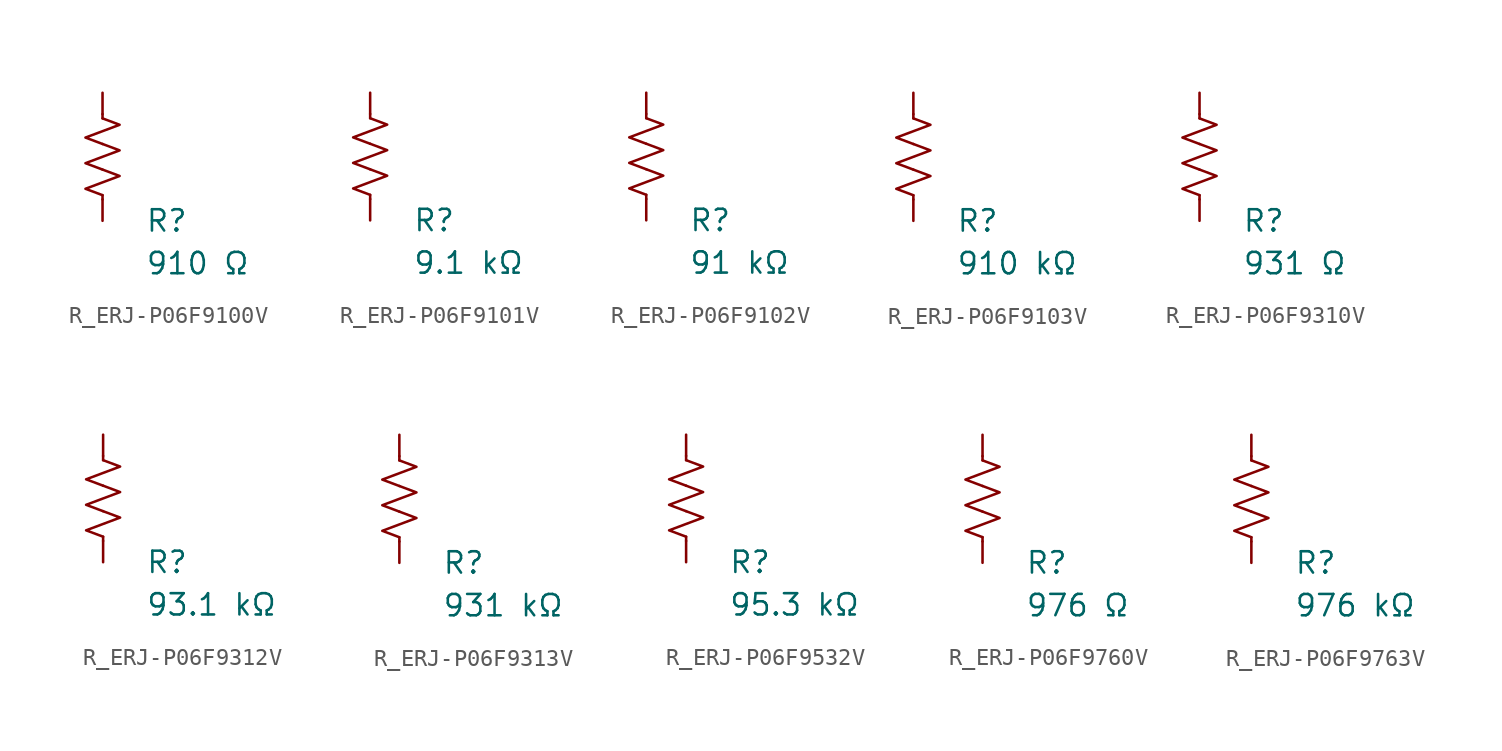
<source format=kicad_sym>
(kicad_symbol_lib
  (version 20231120)
  (generator "kicad_symbol_editor")
  (generator_version "8.0")
  (symbol "R_ERJ-P06F9100V"
    (pin_numbers hide)
    (pin_names
      (offset 0))
    (property "Reference" "R"
      (at 2.54 -3.81 0)
      (effects (font (size 1.27 1.27)) (justify left))
      (show_name no))
    (property "Value" "910 Ω"
      (at 2.54 -6.35 0)
      (effects (font (size 1.27 1.27)) (justify left))
      (show_name no))
    (symbol "R_ERJ-P06F9100V_0_1"
      (polyline (pts (xy 0 -2.286) (xy 0 -2.54)) (stroke (width 0) (type default)) (fill (type none)))
      (polyline (pts (xy 0 2.286) (xy 0 2.54)) (stroke (width 0) (type default)) (fill (type none)))
      (polyline (pts (xy 0 -0.762) (xy 1.016 -1.143) (xy 0 -1.524) (xy -1.016 -1.905) (xy 0 -2.286)) (stroke (width 0) (type default)) (fill (type none)))
      (polyline (pts (xy 0 0.762) (xy 1.016 0.381) (xy 0 0) (xy -1.016 -0.381) (xy 0 -0.762)) (stroke (width 0) (type default)) (fill (type none)))
      (polyline (pts (xy 0 2.286) (xy 1.016 1.905) (xy 0 1.524) (xy -1.016 1.143) (xy 0 0.762)) (stroke (width 0) (type default)) (fill (type none))))
    (symbol "R_ERJ-P06F9100V_1_1"
      (pin passive line (at 0 3.81 270) (length 1.27) (name "~" (effects (font (size 1.27 1.27)))) (number "1" (effects (font (size 1.27 1.27)))))
      (pin passive line (at 0 -3.81 90) (length 1.27) (name "~" (effects (font (size 1.27 1.27)))) (number "2" (effects (font (size 1.27 1.27)))))))
  (symbol "R_ERJ-P06F9101V"
    (pin_numbers hide)
    (pin_names
      (offset 0))
    (property "Reference" "R"
      (at 2.54 -3.81 0)
      (effects (font (size 1.27 1.27)) (justify left))
      (show_name no))
    (property "Value" "9.1 kΩ"
      (at 2.54 -6.35 0)
      (effects (font (size 1.27 1.27)) (justify left))
      (show_name no))
    (symbol "R_ERJ-P06F9101V_0_1"
      (polyline (pts (xy 0 -2.286) (xy 0 -2.54)) (stroke (width 0) (type default)) (fill (type none)))
      (polyline (pts (xy 0 2.286) (xy 0 2.54)) (stroke (width 0) (type default)) (fill (type none)))
      (polyline (pts (xy 0 -0.762) (xy 1.016 -1.143) (xy 0 -1.524) (xy -1.016 -1.905) (xy 0 -2.286)) (stroke (width 0) (type default)) (fill (type none)))
      (polyline (pts (xy 0 0.762) (xy 1.016 0.381) (xy 0 0) (xy -1.016 -0.381) (xy 0 -0.762)) (stroke (width 0) (type default)) (fill (type none)))
      (polyline (pts (xy 0 2.286) (xy 1.016 1.905) (xy 0 1.524) (xy -1.016 1.143) (xy 0 0.762)) (stroke (width 0) (type default)) (fill (type none))))
    (symbol "R_ERJ-P06F9101V_1_1"
      (pin passive line (at 0 3.81 270) (length 1.27) (name "~" (effects (font (size 1.27 1.27)))) (number "1" (effects (font (size 1.27 1.27)))))
      (pin passive line (at 0 -3.81 90) (length 1.27) (name "~" (effects (font (size 1.27 1.27)))) (number "2" (effects (font (size 1.27 1.27)))))))
  (symbol "R_ERJ-P06F9102V"
    (pin_numbers hide)
    (pin_names
      (offset 0))
    (property "Reference" "R"
      (at 2.54 -3.81 0)
      (effects (font (size 1.27 1.27)) (justify left))
      (show_name no))
    (property "Value" "91 kΩ"
      (at 2.54 -6.35 0)
      (effects (font (size 1.27 1.27)) (justify left))
      (show_name no))
    (symbol "R_ERJ-P06F9102V_0_1"
      (polyline (pts (xy 0 -2.286) (xy 0 -2.54)) (stroke (width 0) (type default)) (fill (type none)))
      (polyline (pts (xy 0 2.286) (xy 0 2.54)) (stroke (width 0) (type default)) (fill (type none)))
      (polyline (pts (xy 0 -0.762) (xy 1.016 -1.143) (xy 0 -1.524) (xy -1.016 -1.905) (xy 0 -2.286)) (stroke (width 0) (type default)) (fill (type none)))
      (polyline (pts (xy 0 0.762) (xy 1.016 0.381) (xy 0 0) (xy -1.016 -0.381) (xy 0 -0.762)) (stroke (width 0) (type default)) (fill (type none)))
      (polyline (pts (xy 0 2.286) (xy 1.016 1.905) (xy 0 1.524) (xy -1.016 1.143) (xy 0 0.762)) (stroke (width 0) (type default)) (fill (type none))))
    (symbol "R_ERJ-P06F9102V_1_1"
      (pin passive line (at 0 3.81 270) (length 1.27) (name "~" (effects (font (size 1.27 1.27)))) (number "1" (effects (font (size 1.27 1.27)))))
      (pin passive line (at 0 -3.81 90) (length 1.27) (name "~" (effects (font (size 1.27 1.27)))) (number "2" (effects (font (size 1.27 1.27)))))))
  (symbol "R_ERJ-P06F9103V"
    (pin_numbers hide)
    (pin_names
      (offset 0))
    (property "Reference" "R"
      (at 2.54 -3.81 0)
      (effects (font (size 1.27 1.27)) (justify left))
      (show_name no))
    (property "Value" "910 kΩ"
      (at 2.54 -6.35 0)
      (effects (font (size 1.27 1.27)) (justify left))
      (show_name no))
    (symbol "R_ERJ-P06F9103V_0_1"
      (polyline (pts (xy 0 -2.286) (xy 0 -2.54)) (stroke (width 0) (type default)) (fill (type none)))
      (polyline (pts (xy 0 2.286) (xy 0 2.54)) (stroke (width 0) (type default)) (fill (type none)))
      (polyline (pts (xy 0 -0.762) (xy 1.016 -1.143) (xy 0 -1.524) (xy -1.016 -1.905) (xy 0 -2.286)) (stroke (width 0) (type default)) (fill (type none)))
      (polyline (pts (xy 0 0.762) (xy 1.016 0.381) (xy 0 0) (xy -1.016 -0.381) (xy 0 -0.762)) (stroke (width 0) (type default)) (fill (type none)))
      (polyline (pts (xy 0 2.286) (xy 1.016 1.905) (xy 0 1.524) (xy -1.016 1.143) (xy 0 0.762)) (stroke (width 0) (type default)) (fill (type none))))
    (symbol "R_ERJ-P06F9103V_1_1"
      (pin passive line (at 0 3.81 270) (length 1.27) (name "~" (effects (font (size 1.27 1.27)))) (number "1" (effects (font (size 1.27 1.27)))))
      (pin passive line (at 0 -3.81 90) (length 1.27) (name "~" (effects (font (size 1.27 1.27)))) (number "2" (effects (font (size 1.27 1.27)))))))
  (symbol "R_ERJ-P06F9310V"
    (pin_numbers hide)
    (pin_names
      (offset 0))
    (property "Reference" "R"
      (at 2.54 -3.81 0)
      (effects (font (size 1.27 1.27)) (justify left))
      (show_name no))
    (property "Value" "931 Ω"
      (at 2.54 -6.35 0)
      (effects (font (size 1.27 1.27)) (justify left))
      (show_name no))
    (symbol "R_ERJ-P06F9310V_0_1"
      (polyline (pts (xy 0 -2.286) (xy 0 -2.54)) (stroke (width 0) (type default)) (fill (type none)))
      (polyline (pts (xy 0 2.286) (xy 0 2.54)) (stroke (width 0) (type default)) (fill (type none)))
      (polyline (pts (xy 0 -0.762) (xy 1.016 -1.143) (xy 0 -1.524) (xy -1.016 -1.905) (xy 0 -2.286)) (stroke (width 0) (type default)) (fill (type none)))
      (polyline (pts (xy 0 0.762) (xy 1.016 0.381) (xy 0 0) (xy -1.016 -0.381) (xy 0 -0.762)) (stroke (width 0) (type default)) (fill (type none)))
      (polyline (pts (xy 0 2.286) (xy 1.016 1.905) (xy 0 1.524) (xy -1.016 1.143) (xy 0 0.762)) (stroke (width 0) (type default)) (fill (type none))))
    (symbol "R_ERJ-P06F9310V_1_1"
      (pin passive line (at 0 3.81 270) (length 1.27) (name "~" (effects (font (size 1.27 1.27)))) (number "1" (effects (font (size 1.27 1.27)))))
      (pin passive line (at 0 -3.81 90) (length 1.27) (name "~" (effects (font (size 1.27 1.27)))) (number "2" (effects (font (size 1.27 1.27)))))))
  (symbol "R_ERJ-P06F9312V"
    (pin_numbers hide)
    (pin_names
      (offset 0))
    (property "Reference" "R"
      (at 2.54 -3.81 0)
      (effects (font (size 1.27 1.27)) (justify left))
      (show_name no))
    (property "Value" "93.1 kΩ"
      (at 2.54 -6.35 0)
      (effects (font (size 1.27 1.27)) (justify left))
      (show_name no))
    (symbol "R_ERJ-P06F9312V_0_1"
      (polyline (pts (xy 0 -2.286) (xy 0 -2.54)) (stroke (width 0) (type default)) (fill (type none)))
      (polyline (pts (xy 0 2.286) (xy 0 2.54)) (stroke (width 0) (type default)) (fill (type none)))
      (polyline (pts (xy 0 -0.762) (xy 1.016 -1.143) (xy 0 -1.524) (xy -1.016 -1.905) (xy 0 -2.286)) (stroke (width 0) (type default)) (fill (type none)))
      (polyline (pts (xy 0 0.762) (xy 1.016 0.381) (xy 0 0) (xy -1.016 -0.381) (xy 0 -0.762)) (stroke (width 0) (type default)) (fill (type none)))
      (polyline (pts (xy 0 2.286) (xy 1.016 1.905) (xy 0 1.524) (xy -1.016 1.143) (xy 0 0.762)) (stroke (width 0) (type default)) (fill (type none))))
    (symbol "R_ERJ-P06F9312V_1_1"
      (pin passive line (at 0 3.81 270) (length 1.27) (name "~" (effects (font (size 1.27 1.27)))) (number "1" (effects (font (size 1.27 1.27)))))
      (pin passive line (at 0 -3.81 90) (length 1.27) (name "~" (effects (font (size 1.27 1.27)))) (number "2" (effects (font (size 1.27 1.27)))))))
  (symbol "R_ERJ-P06F9313V"
    (pin_numbers hide)
    (pin_names
      (offset 0))
    (property "Reference" "R"
      (at 2.54 -3.81 0)
      (effects (font (size 1.27 1.27)) (justify left))
      (show_name no))
    (property "Value" "931 kΩ"
      (at 2.54 -6.35 0)
      (effects (font (size 1.27 1.27)) (justify left))
      (show_name no))
    (symbol "R_ERJ-P06F9313V_0_1"
      (polyline (pts (xy 0 -2.286) (xy 0 -2.54)) (stroke (width 0) (type default)) (fill (type none)))
      (polyline (pts (xy 0 2.286) (xy 0 2.54)) (stroke (width 0) (type default)) (fill (type none)))
      (polyline (pts (xy 0 -0.762) (xy 1.016 -1.143) (xy 0 -1.524) (xy -1.016 -1.905) (xy 0 -2.286)) (stroke (width 0) (type default)) (fill (type none)))
      (polyline (pts (xy 0 0.762) (xy 1.016 0.381) (xy 0 0) (xy -1.016 -0.381) (xy 0 -0.762)) (stroke (width 0) (type default)) (fill (type none)))
      (polyline (pts (xy 0 2.286) (xy 1.016 1.905) (xy 0 1.524) (xy -1.016 1.143) (xy 0 0.762)) (stroke (width 0) (type default)) (fill (type none))))
    (symbol "R_ERJ-P06F9313V_1_1"
      (pin passive line (at 0 3.81 270) (length 1.27) (name "~" (effects (font (size 1.27 1.27)))) (number "1" (effects (font (size 1.27 1.27)))))
      (pin passive line (at 0 -3.81 90) (length 1.27) (name "~" (effects (font (size 1.27 1.27)))) (number "2" (effects (font (size 1.27 1.27)))))))
  (symbol "R_ERJ-P06F9532V"
    (pin_numbers hide)
    (pin_names
      (offset 0))
    (property "Reference" "R"
      (at 2.54 -3.81 0)
      (effects (font (size 1.27 1.27)) (justify left))
      (show_name no))
    (property "Value" "95.3 kΩ"
      (at 2.54 -6.35 0)
      (effects (font (size 1.27 1.27)) (justify left))
      (show_name no))
    (symbol "R_ERJ-P06F9532V_0_1"
      (polyline (pts (xy 0 -2.286) (xy 0 -2.54)) (stroke (width 0) (type default)) (fill (type none)))
      (polyline (pts (xy 0 2.286) (xy 0 2.54)) (stroke (width 0) (type default)) (fill (type none)))
      (polyline (pts (xy 0 -0.762) (xy 1.016 -1.143) (xy 0 -1.524) (xy -1.016 -1.905) (xy 0 -2.286)) (stroke (width 0) (type default)) (fill (type none)))
      (polyline (pts (xy 0 0.762) (xy 1.016 0.381) (xy 0 0) (xy -1.016 -0.381) (xy 0 -0.762)) (stroke (width 0) (type default)) (fill (type none)))
      (polyline (pts (xy 0 2.286) (xy 1.016 1.905) (xy 0 1.524) (xy -1.016 1.143) (xy 0 0.762)) (stroke (width 0) (type default)) (fill (type none))))
    (symbol "R_ERJ-P06F9532V_1_1"
      (pin passive line (at 0 3.81 270) (length 1.27) (name "~" (effects (font (size 1.27 1.27)))) (number "1" (effects (font (size 1.27 1.27)))))
      (pin passive line (at 0 -3.81 90) (length 1.27) (name "~" (effects (font (size 1.27 1.27)))) (number "2" (effects (font (size 1.27 1.27)))))))
  (symbol "R_ERJ-P06F9760V"
    (pin_numbers hide)
    (pin_names
      (offset 0))
    (property "Reference" "R"
      (at 2.54 -3.81 0)
      (effects (font (size 1.27 1.27)) (justify left))
      (show_name no))
    (property "Value" "976 Ω"
      (at 2.54 -6.35 0)
      (effects (font (size 1.27 1.27)) (justify left))
      (show_name no))
    (symbol "R_ERJ-P06F9760V_0_1"
      (polyline (pts (xy 0 -2.286) (xy 0 -2.54)) (stroke (width 0) (type default)) (fill (type none)))
      (polyline (pts (xy 0 2.286) (xy 0 2.54)) (stroke (width 0) (type default)) (fill (type none)))
      (polyline (pts (xy 0 -0.762) (xy 1.016 -1.143) (xy 0 -1.524) (xy -1.016 -1.905) (xy 0 -2.286)) (stroke (width 0) (type default)) (fill (type none)))
      (polyline (pts (xy 0 0.762) (xy 1.016 0.381) (xy 0 0) (xy -1.016 -0.381) (xy 0 -0.762)) (stroke (width 0) (type default)) (fill (type none)))
      (polyline (pts (xy 0 2.286) (xy 1.016 1.905) (xy 0 1.524) (xy -1.016 1.143) (xy 0 0.762)) (stroke (width 0) (type default)) (fill (type none))))
    (symbol "R_ERJ-P06F9760V_1_1"
      (pin passive line (at 0 3.81 270) (length 1.27) (name "~" (effects (font (size 1.27 1.27)))) (number "1" (effects (font (size 1.27 1.27)))))
      (pin passive line (at 0 -3.81 90) (length 1.27) (name "~" (effects (font (size 1.27 1.27)))) (number "2" (effects (font (size 1.27 1.27)))))))
  (symbol "R_ERJ-P06F9763V"
    (pin_numbers hide)
    (pin_names
      (offset 0))
    (property "Reference" "R"
      (at 2.54 -3.81 0)
      (effects (font (size 1.27 1.27)) (justify left))
      (show_name no))
    (property "Value" "976 kΩ"
      (at 2.54 -6.35 0)
      (effects (font (size 1.27 1.27)) (justify left))
      (show_name no))
    (symbol "R_ERJ-P06F9763V_0_1"
      (polyline (pts (xy 0 -2.286) (xy 0 -2.54)) (stroke (width 0) (type default)) (fill (type none)))
      (polyline (pts (xy 0 2.286) (xy 0 2.54)) (stroke (width 0) (type default)) (fill (type none)))
      (polyline (pts (xy 0 -0.762) (xy 1.016 -1.143) (xy 0 -1.524) (xy -1.016 -1.905) (xy 0 -2.286)) (stroke (width 0) (type default)) (fill (type none)))
      (polyline (pts (xy 0 0.762) (xy 1.016 0.381) (xy 0 0) (xy -1.016 -0.381) (xy 0 -0.762)) (stroke (width 0) (type default)) (fill (type none)))
      (polyline (pts (xy 0 2.286) (xy 1.016 1.905) (xy 0 1.524) (xy -1.016 1.143) (xy 0 0.762)) (stroke (width 0) (type default)) (fill (type none))))
    (symbol "R_ERJ-P06F9763V_1_1"
      (pin passive line (at 0 3.81 270) (length 1.27) (name "~" (effects (font (size 1.27 1.27)))) (number "1" (effects (font (size 1.27 1.27)))))
      (pin passive line (at 0 -3.81 90) (length 1.27) (name "~" (effects (font (size 1.27 1.27)))) (number "2" (effects (font (size 1.27 1.27))))))))
</source>
